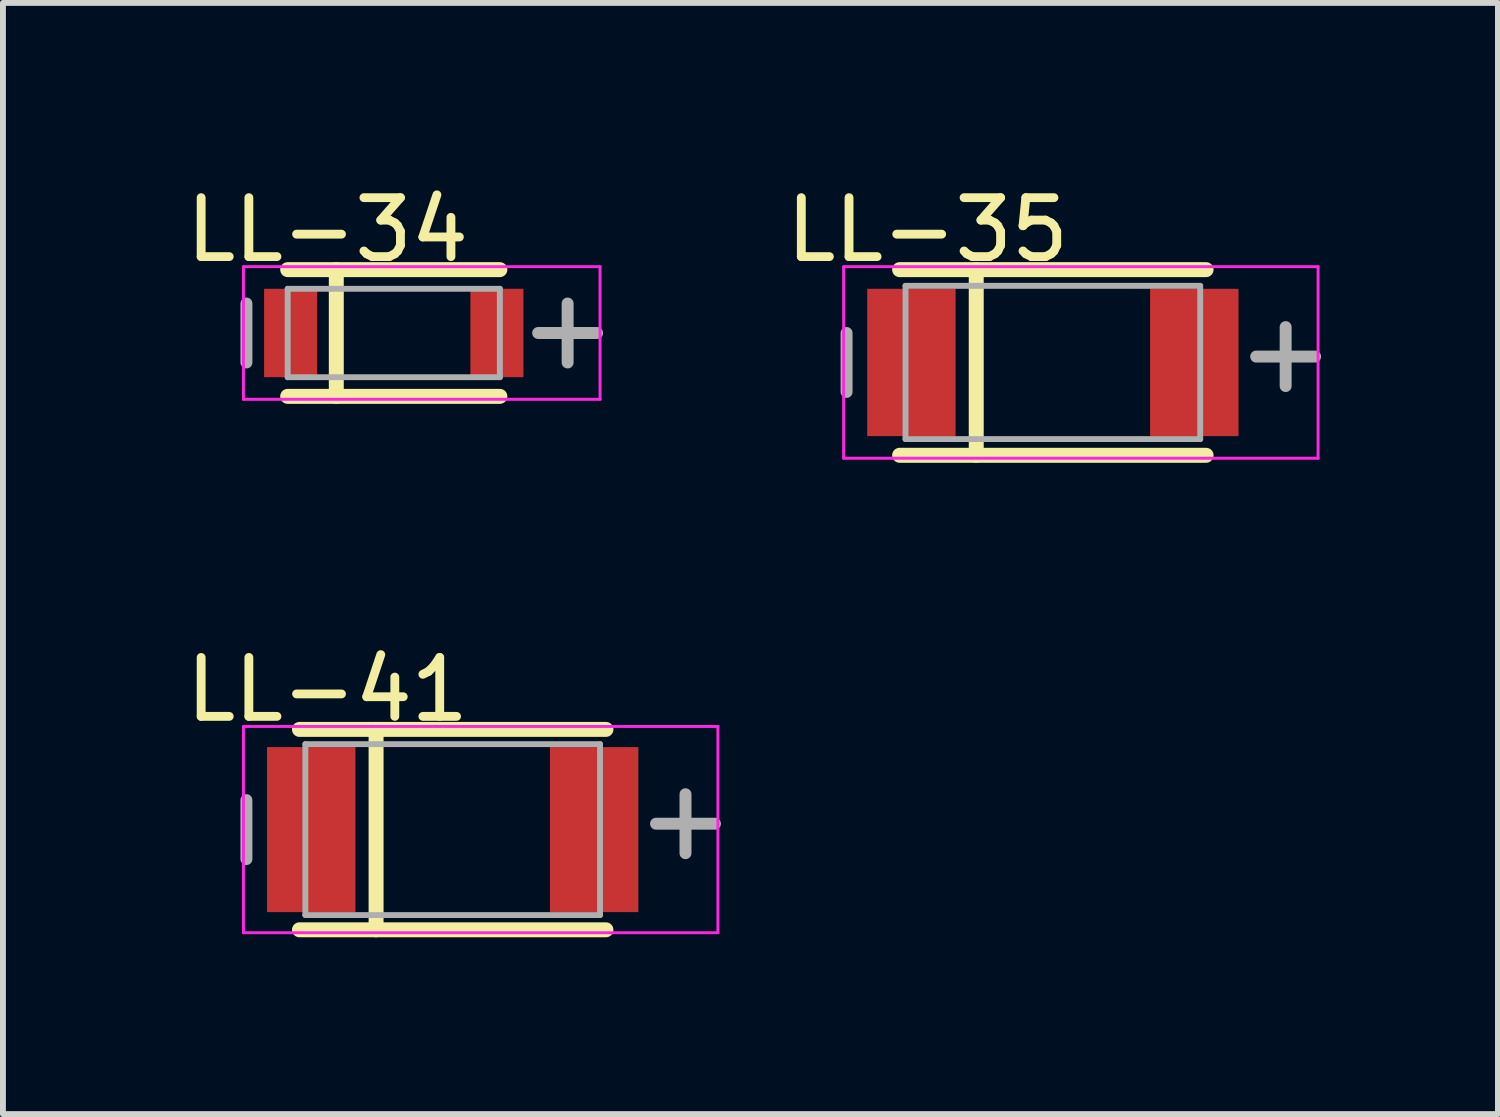
<source format=kicad_pcb>
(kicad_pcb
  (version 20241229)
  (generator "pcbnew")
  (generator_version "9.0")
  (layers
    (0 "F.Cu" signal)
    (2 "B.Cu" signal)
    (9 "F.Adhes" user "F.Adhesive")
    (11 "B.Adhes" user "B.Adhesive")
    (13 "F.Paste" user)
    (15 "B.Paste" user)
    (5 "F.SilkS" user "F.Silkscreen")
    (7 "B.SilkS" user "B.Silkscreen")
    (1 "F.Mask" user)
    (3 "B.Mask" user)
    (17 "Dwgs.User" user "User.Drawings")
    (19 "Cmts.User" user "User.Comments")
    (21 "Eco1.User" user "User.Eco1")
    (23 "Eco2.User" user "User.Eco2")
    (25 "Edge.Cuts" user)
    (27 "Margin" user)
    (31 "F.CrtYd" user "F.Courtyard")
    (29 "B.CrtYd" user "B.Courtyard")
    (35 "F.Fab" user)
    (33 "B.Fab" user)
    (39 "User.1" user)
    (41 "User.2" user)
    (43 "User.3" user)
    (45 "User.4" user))
  (footprint "LL-35"
    (layer "F.Cu")
    (at 14.814 3.1)
    (property "Reference" "LL-35" (at -2.125 -2.251 0) (layer "F.SilkS") (effects (font (size 1 1) (thickness 0.15))))
    (attr through_hole)
    (fp_line (start -2.6 -1.575) (end 2.6 -1.575) (stroke (width 0.254) (type solid)) (layer "F.SilkS"))
    (fp_line (start -2.6 1.575) (end 2.6 1.575) (stroke (width 0.254) (type solid)) (layer "F.SilkS"))
    (fp_line (start -1.3 1.575) (end -1.3 -1.575) (stroke (width 0.254) (type solid)) (layer "F.SilkS"))
    (fp_line (start -3.55 -1.625) (end 4.5 -1.625) (stroke (width 0.05) (type solid)) (layer "F.CrtYd"))
    (fp_line (start -3.55 1.625) (end -3.55 -1.625) (stroke (width 0.05) (type solid)) (layer "F.CrtYd"))
    (fp_line (start 4.5 -1.625) (end 4.5 1.625) (stroke (width 0.05) (type solid)) (layer "F.CrtYd"))
    (fp_line (start 4.5 1.625) (end -3.55 1.625) (stroke (width 0.05) (type solid)) (layer "F.CrtYd"))
    (fp_line (start -3.5 0.5) (end -3.5 -0.5) (stroke (width 0.203) (type solid)) (layer "F.Fab"))
    (fp_line (start -2.5 -1.3) (end 2.5 -1.3) (stroke (width 0.1) (type solid)) (layer "F.Fab"))
    (fp_line (start -2.5 1.3) (end -2.5 -1.3) (stroke (width 0.1) (type solid)) (layer "F.Fab"))
    (fp_line (start -2.5 1.3) (end 2.5 1.3) (stroke (width 0.1) (type solid)) (layer "F.Fab"))
    (fp_line (start 2.5 1.3) (end 2.5 -1.3) (stroke (width 0.1) (type solid)) (layer "F.Fab"))
    (fp_line (start 3.45 -0.1) (end 4.45 -0.1) (stroke (width 0.203) (type solid)) (layer "F.Fab"))
    (fp_line (start 3.95 0.4) (end 3.95 -0.6) (stroke (width 0.203) (type solid)) (layer "F.Fab"))
    (pad "1" smd rect (at 2.4 0 180) (size 1.5 2.5) (layers "F.Cu" "F.Mask" "F.Paste"))
    (pad "2" smd rect (at -2.4 0 180) (size 1.5 2.5) (layers "F.Cu" "F.Mask" "F.Paste")))
  (footprint "LL-41"
    (layer "F.Cu")
    (at 4.631 11.026)
    (property "Reference" "LL-41" (at -2.125 -2.376 0) (layer "F.SilkS") (effects (font (size 1 1) (thickness 0.15))))
    (attr through_hole)
    (fp_line (start -2.6 -1.7) (end 2.6 -1.7) (stroke (width 0.254) (type solid)) (layer "F.SilkS"))
    (fp_line (start -2.6 1.7) (end 2.6 1.7) (stroke (width 0.254) (type solid)) (layer "F.SilkS"))
    (fp_line (start -1.3 1.7) (end -1.3 -1.7) (stroke (width 0.254) (type solid)) (layer "F.SilkS"))
    (fp_line (start -3.55 -1.75) (end 4.5 -1.75) (stroke (width 0.05) (type solid)) (layer "F.CrtYd"))
    (fp_line (start -3.55 1.75) (end -3.55 -1.75) (stroke (width 0.05) (type solid)) (layer "F.CrtYd"))
    (fp_line (start 4.5 -1.75) (end 4.5 1.75) (stroke (width 0.05) (type solid)) (layer "F.CrtYd"))
    (fp_line (start 4.5 1.75) (end -3.55 1.75) (stroke (width 0.05) (type solid)) (layer "F.CrtYd"))
    (fp_line (start -3.5 0.5) (end -3.5 -0.5) (stroke (width 0.203) (type solid)) (layer "F.Fab"))
    (fp_line (start -2.5 -1.45) (end 2.5 -1.45) (stroke (width 0.1) (type solid)) (layer "F.Fab"))
    (fp_line (start -2.5 1.45) (end -2.5 -1.45) (stroke (width 0.1) (type solid)) (layer "F.Fab"))
    (fp_line (start -2.5 1.45) (end 2.5 1.45) (stroke (width 0.1) (type solid)) (layer "F.Fab"))
    (fp_line (start 2.5 1.45) (end 2.5 -1.45) (stroke (width 0.1) (type solid)) (layer "F.Fab"))
    (fp_line (start 3.45 -0.1) (end 4.45 -0.1) (stroke (width 0.203) (type solid)) (layer "F.Fab"))
    (fp_line (start 3.95 0.4) (end 3.95 -0.6) (stroke (width 0.203) (type solid)) (layer "F.Fab"))
    (pad "1" smd rect (at 2.4 0 180) (size 1.5 2.8) (layers "F.Cu" "F.Mask" "F.Paste"))
    (pad "2" smd rect (at -2.4 0 180) (size 1.5 2.8) (layers "F.Cu" "F.Mask" "F.Paste")))
  (footprint "LL-34"
    (layer "F.Cu")
    (at 3.631 2.6)
    (property "Reference" "LL-34" (at -1.125 -1.751 0) (layer "F.SilkS") (effects (font (size 1 1) (thickness 0.15))))
    (attr through_hole)
    (fp_line (start -1.8 -1.075) (end 1.8 -1.075) (stroke (width 0.254) (type solid)) (layer "F.SilkS"))
    (fp_line (start -1.8 1.075) (end 1.8 1.075) (stroke (width 0.254) (type solid)) (layer "F.SilkS"))
    (fp_line (start -0.975 1.075) (end -0.975 -1.075) (stroke (width 0.254) (type solid)) (layer "F.SilkS"))
    (fp_line (start -2.55 -1.125) (end 3.5 -1.125) (stroke (width 0.05) (type solid)) (layer "F.CrtYd"))
    (fp_line (start -2.55 1.125) (end -2.55 -1.125) (stroke (width 0.05) (type solid)) (layer "F.CrtYd"))
    (fp_line (start 3.5 -1.125) (end 3.5 1.125) (stroke (width 0.05) (type solid)) (layer "F.CrtYd"))
    (fp_line (start 3.5 1.125) (end -2.55 1.125) (stroke (width 0.05) (type solid)) (layer "F.CrtYd"))
    (fp_line (start -2.5 0.5) (end -2.5 -0.5) (stroke (width 0.203) (type solid)) (layer "F.Fab"))
    (fp_line (start -1.8 -0.75) (end 1.8 -0.75) (stroke (width 0.1) (type solid)) (layer "F.Fab"))
    (fp_line (start -1.8 0.75) (end -1.8 -0.75) (stroke (width 0.1) (type solid)) (layer "F.Fab"))
    (fp_line (start -1.8 0.75) (end 1.8 0.75) (stroke (width 0.1) (type solid)) (layer "F.Fab"))
    (fp_line (start 1.8 0.75) (end 1.8 -0.75) (stroke (width 0.1) (type solid)) (layer "F.Fab"))
    (fp_line (start 2.45 0) (end 3.45 0) (stroke (width 0.203) (type solid)) (layer "F.Fab"))
    (fp_line (start 2.95 0.5) (end 2.95 -0.5) (stroke (width 0.203) (type solid)) (layer "F.Fab"))
    (pad "1" smd rect (at 1.75 0 180) (size 0.9 1.5) (layers "F.Cu" "F.Mask" "F.Paste"))
    (pad "2" smd rect (at -1.75 0 180) (size 0.9 1.5) (layers "F.Cu" "F.Mask" "F.Paste")))
  (gr_rect
    (start -3 -3)
    (end 22.366 15.853)
    (stroke (width 0.1) (type default))
    (fill no)
    (layer "Edge.Cuts")))
</source>
